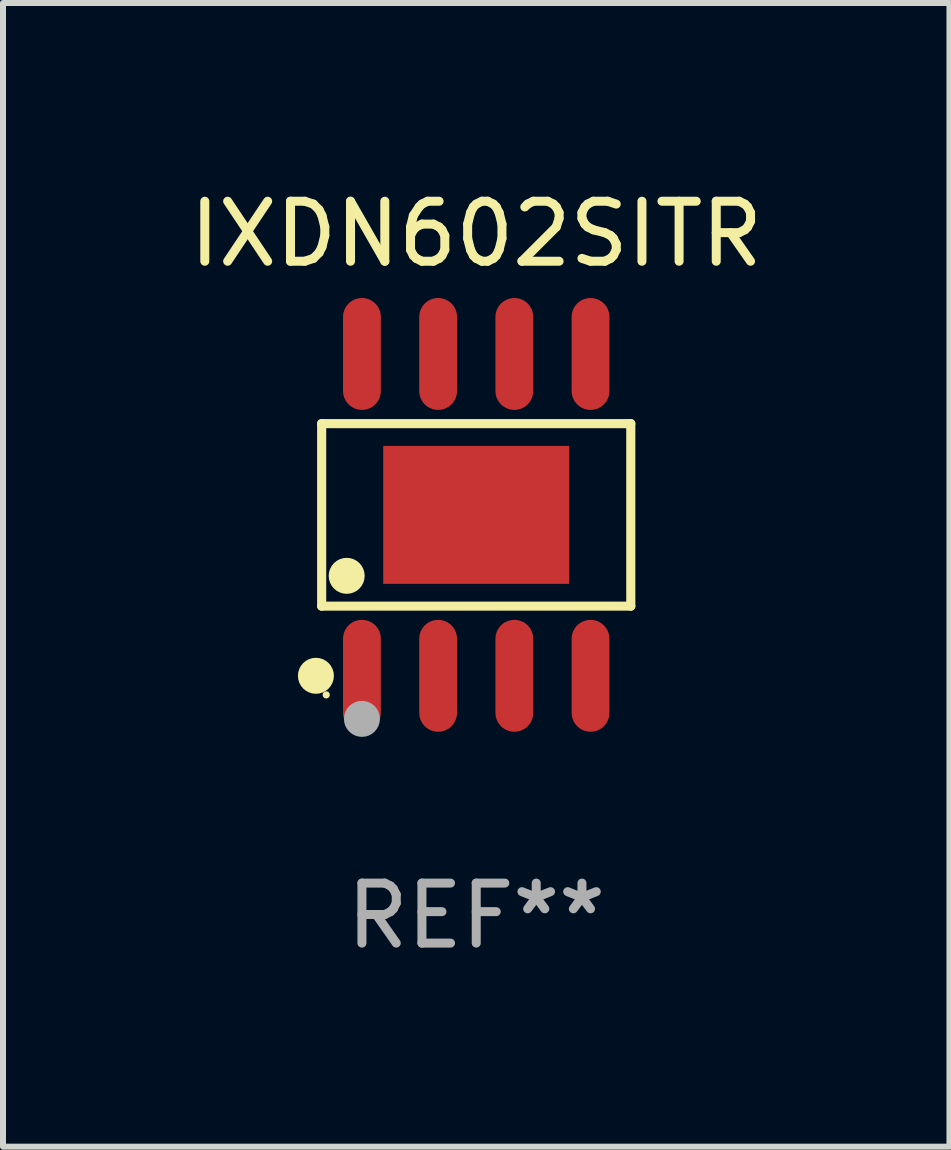
<source format=kicad_pcb>
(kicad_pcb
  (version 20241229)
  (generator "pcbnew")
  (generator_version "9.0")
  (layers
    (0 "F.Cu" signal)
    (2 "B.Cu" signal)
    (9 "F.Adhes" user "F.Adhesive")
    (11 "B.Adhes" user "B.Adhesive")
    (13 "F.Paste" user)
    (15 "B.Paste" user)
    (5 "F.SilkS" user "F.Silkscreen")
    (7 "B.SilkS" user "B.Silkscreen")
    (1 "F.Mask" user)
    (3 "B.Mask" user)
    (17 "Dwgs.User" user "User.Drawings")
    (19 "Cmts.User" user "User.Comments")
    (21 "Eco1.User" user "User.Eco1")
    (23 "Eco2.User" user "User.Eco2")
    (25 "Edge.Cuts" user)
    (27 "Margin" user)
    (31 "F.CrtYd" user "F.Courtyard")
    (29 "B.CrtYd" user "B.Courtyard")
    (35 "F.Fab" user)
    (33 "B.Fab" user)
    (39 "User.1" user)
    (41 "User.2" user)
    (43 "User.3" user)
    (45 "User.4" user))
  (footprint "IXDN602SITR"
    (layer "F.Cu")
    (at 4.887 5.531)
    (property "Reference" "IXDN602SITR" (at 0 -4.682 0) (layer "F.SilkS") (effects (font (size 1 1) (thickness 0.15))))
    (attr through_hole)
    (fp_line (start -2.576 -1.521) (end 2.576 -1.521) (stroke (width 0.152) (type solid)) (layer "F.SilkS"))
    (fp_line (start -2.576 1.521) (end -2.576 -1.521) (stroke (width 0.152) (type solid)) (layer "F.SilkS"))
    (fp_line (start 2.576 -1.521) (end 2.576 1.521) (stroke (width 0.152) (type solid)) (layer "F.SilkS"))
    (fp_line (start 2.576 1.521) (end -2.576 1.521) (stroke (width 0.152) (type solid)) (layer "F.SilkS"))
    (fp_circle (center -2.672 2.682) (end -2.522 2.682) (stroke (width 0.3) (type solid)) (fill no) (layer "F.SilkS"))
    (fp_circle (center -2.5 3) (end -2.47 3) (stroke (width 0.06) (type solid)) (fill no) (layer "F.SilkS"))
    (fp_circle (center -2.159 1.016) (end -2.009 1.016) (stroke (width 0.3) (type solid)) (fill no) (layer "F.SilkS"))
    (fp_circle (center -1.905 3.4) (end -1.755 3.4) (stroke (width 0.3) (type solid)) (fill no) (layer "F.Fab"))
    (fp_text user "REF**" (at 0 6.682 0) (layer "F.Fab") (effects (font (size 1 1) (thickness 0.15))))
    (pad "1" smd oval (at -1.905 2.682) (size 0.63 1.865) (layers "F.Cu" "F.Mask" "F.Paste"))
    (pad "2" smd oval (at -0.635 2.682) (size 0.63 1.865) (layers "F.Cu" "F.Mask" "F.Paste"))
    (pad "3" smd oval (at 0.635 2.682) (size 0.63 1.865) (layers "F.Cu" "F.Mask" "F.Paste"))
    (pad "4" smd oval (at 1.905 2.682) (size 0.63 1.865) (layers "F.Cu" "F.Mask" "F.Paste"))
    (pad "5" smd oval (at 1.905 -2.682) (size 0.63 1.865) (layers "F.Cu" "F.Mask" "F.Paste"))
    (pad "6" smd oval (at 0.635 -2.682) (size 0.63 1.865) (layers "F.Cu" "F.Mask" "F.Paste"))
    (pad "7" smd oval (at -0.635 -2.682) (size 0.63 1.865) (layers "F.Cu" "F.Mask" "F.Paste"))
    (pad "8" smd oval (at -1.905 -2.682) (size 0.63 1.865) (layers "F.Cu" "F.Mask" "F.Paste"))
    (pad "9" smd rect (at 0 0) (size 3.1 2.3) (layers "F.Cu" "F.Mask" "F.Paste")))
  (gr_rect
    (start -3 -3)
    (end 12.774 16.061)
    (stroke (width 0.1) (type default))
    (fill no)
    (layer "Edge.Cuts")))
</source>
